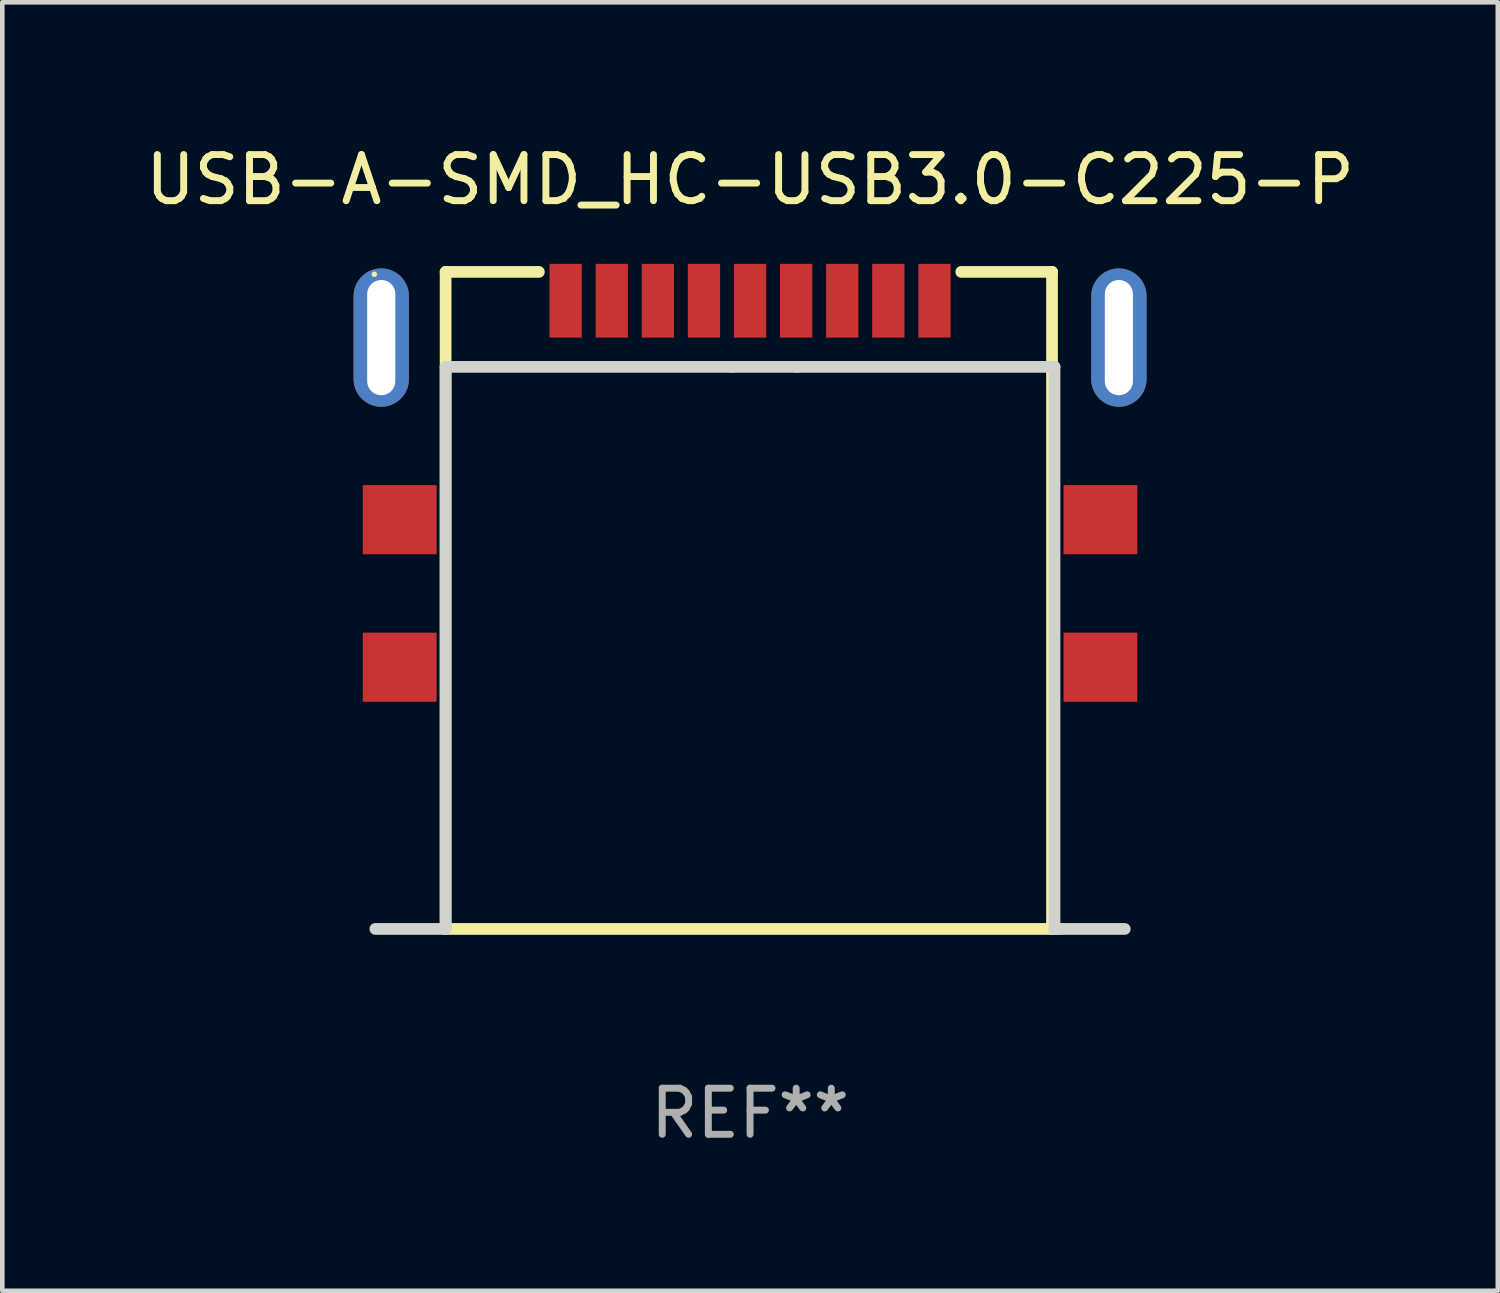
<source format=kicad_pcb>
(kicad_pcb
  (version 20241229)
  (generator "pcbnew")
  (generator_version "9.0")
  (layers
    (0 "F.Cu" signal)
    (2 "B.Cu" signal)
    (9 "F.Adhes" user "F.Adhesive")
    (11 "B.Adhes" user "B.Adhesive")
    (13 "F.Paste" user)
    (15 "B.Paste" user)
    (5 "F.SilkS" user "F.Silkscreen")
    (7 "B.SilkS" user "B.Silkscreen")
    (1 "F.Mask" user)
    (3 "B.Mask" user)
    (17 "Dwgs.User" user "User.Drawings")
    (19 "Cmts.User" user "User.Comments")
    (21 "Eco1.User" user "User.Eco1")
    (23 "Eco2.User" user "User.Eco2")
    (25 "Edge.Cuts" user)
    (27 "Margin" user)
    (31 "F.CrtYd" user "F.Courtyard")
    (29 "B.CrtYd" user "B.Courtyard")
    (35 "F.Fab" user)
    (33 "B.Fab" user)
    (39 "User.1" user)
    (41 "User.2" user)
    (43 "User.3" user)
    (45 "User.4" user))
  (footprint "USB-A-SMD_HC-USB3.0-C225-P"
    (layer "F.Cu")
    (at 13.22 7.448)
    (property "Reference" "USB-A-SMD_HC-USB3.0-C225-P" (at 0 -6.6 0) (layer "F.SilkS") (effects (font (size 1 1) (thickness 0.15))))
    (attr through_hole)
    (fp_line (start -6.604 -4.6) (end -4.581 -4.6) (stroke (width 0.254) (type solid)) (layer "F.SilkS"))
    (fp_line (start -6.604 9.652) (end -6.604 -4.6) (stroke (width 0.254) (type solid)) (layer "F.SilkS"))
    (fp_line (start -6.604 9.652) (end 6.604 9.652) (stroke (width 0.254) (type solid)) (layer "F.SilkS"))
    (fp_line (start 4.581 -4.6) (end 6.55 -4.6) (stroke (width 0.254) (type solid)) (layer "F.SilkS"))
    (fp_line (start 6.55 -4.6) (end 6.55 9.652) (stroke (width 0.254) (type solid)) (layer "F.SilkS"))
    (fp_circle (center -8.15 -4.548) (end -8.12 -4.548) (stroke (width 0.06) (type solid)) (fill no) (layer "F.SilkS"))
    (fp_line (start -6.604 -2.54) (end -6.604 9.652) (stroke (width 0.254) (type solid)) (layer "Edge.Cuts"))
    (fp_line (start -6.604 9.652) (end -6.632 9.652) (stroke (width 0.254) (type solid)) (layer "Edge.Cuts"))
    (fp_line (start -6.604 9.652) (end -8.128 9.652) (stroke (width 0.254) (type solid)) (layer "Edge.Cuts"))
    (fp_line (start -0.381 -2.54) (end -6.604 -2.54) (stroke (width 0.254) (type solid)) (layer "Edge.Cuts"))
    (fp_line (start -0.381 -2.54) (end 1.016 -2.54) (stroke (width 0.254) (type solid)) (layer "Edge.Cuts"))
    (fp_line (start 1.016 -2.54) (end 6.604 -2.54) (stroke (width 0.254) (type solid)) (layer "Edge.Cuts"))
    (fp_line (start 6.604 -2.54) (end 6.604 9.652) (stroke (width 0.254) (type solid)) (layer "Edge.Cuts"))
    (fp_line (start 6.604 9.652) (end 6.731 9.652) (stroke (width 0.254) (type solid)) (layer "Edge.Cuts"))
    (fp_line (start 6.604 9.652) (end 8.128 9.652) (stroke (width 0.254) (type solid)) (layer "Edge.Cuts"))
    (fp_text user "REF**" (at 0 13.652 0) (layer "F.Fab") (effects (font (size 1 1) (thickness 0.15))))
    (pad "1" smd rect (at -3 -3.975) (size 0.7 1.6) (layers "F.Cu" "F.Mask" "F.Paste"))
    (pad "2" smd rect (at -1 -3.975) (size 0.7 1.6) (layers "F.Cu" "F.Mask" "F.Paste"))
    (pad "3" smd rect (at 1 -3.975) (size 0.7 1.6) (layers "F.Cu" "F.Mask" "F.Paste"))
    (pad "4" smd rect (at 3 -3.975) (size 0.7 1.6) (layers "F.Cu" "F.Mask" "F.Paste"))
    (pad "5" smd rect (at 4 -3.975) (size 0.7 1.6) (layers "F.Cu" "F.Mask" "F.Paste"))
    (pad "6" smd rect (at 2 -3.975) (size 0.7 1.6) (layers "F.Cu" "F.Mask" "F.Paste"))
    (pad "7" smd rect (at 0 -3.975) (size 0.7 1.6) (layers "F.Cu" "F.Mask" "F.Paste"))
    (pad "8" smd rect (at -2 -3.975) (size 0.7 1.6) (layers "F.Cu" "F.Mask" "F.Paste"))
    (pad "9" smd rect (at -4 -3.975) (size 0.7 1.6) (layers "F.Cu" "F.Mask" "F.Paste"))
    (pad "10" thru_hole oval (at -8 -3.175) (size 1.2 3) (drill oval 0.61 2.5) (layers "*.Cu" "*.Mask"))
    (pad "10" smd rect (at -7.6 0.775) (size 1.6 1.5) (layers "F.Cu" "F.Mask" "F.Paste"))
    (pad "10" smd rect (at -7.6 3.975) (size 1.6 1.5) (layers "F.Cu" "F.Mask" "F.Paste"))
    (pad "10" smd rect (at 7.6 0.775) (size 1.6 1.5) (layers "F.Cu" "F.Mask" "F.Paste"))
    (pad "10" smd rect (at 7.6 3.975) (size 1.6 1.5) (layers "F.Cu" "F.Mask" "F.Paste"))
    (pad "10" thru_hole oval (at 8 -3.175) (size 1.2 3) (drill oval 0.61 2.5) (layers "*.Cu" "*.Mask")))
  (gr_rect
    (start -3 -3)
    (end 29.44 24.949)
    (stroke (width 0.1) (type default))
    (fill no)
    (layer "Edge.Cuts")))
</source>
